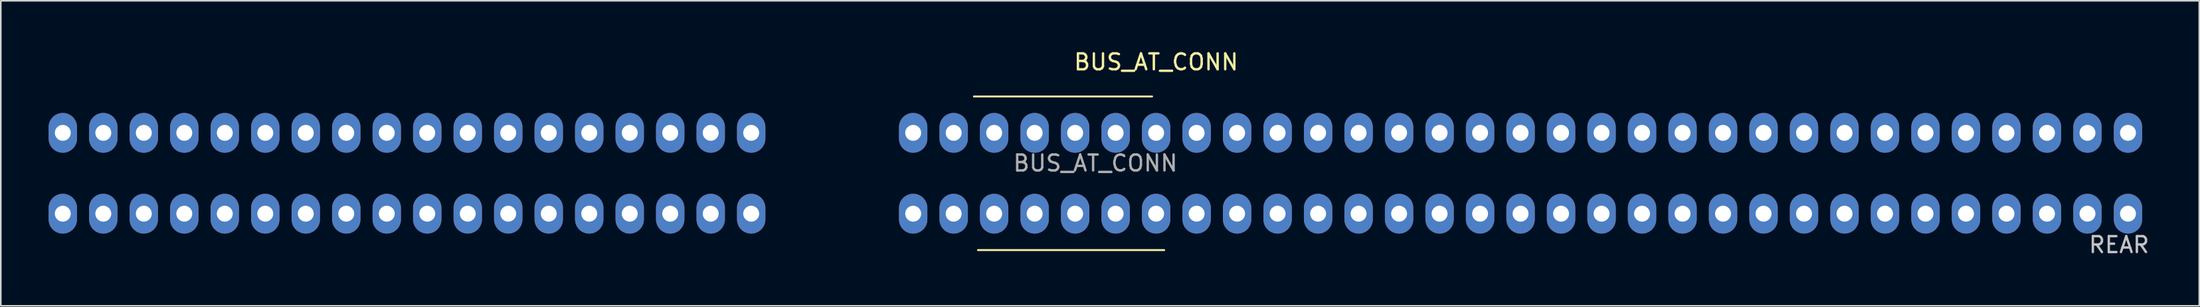
<source format=kicad_pcb>
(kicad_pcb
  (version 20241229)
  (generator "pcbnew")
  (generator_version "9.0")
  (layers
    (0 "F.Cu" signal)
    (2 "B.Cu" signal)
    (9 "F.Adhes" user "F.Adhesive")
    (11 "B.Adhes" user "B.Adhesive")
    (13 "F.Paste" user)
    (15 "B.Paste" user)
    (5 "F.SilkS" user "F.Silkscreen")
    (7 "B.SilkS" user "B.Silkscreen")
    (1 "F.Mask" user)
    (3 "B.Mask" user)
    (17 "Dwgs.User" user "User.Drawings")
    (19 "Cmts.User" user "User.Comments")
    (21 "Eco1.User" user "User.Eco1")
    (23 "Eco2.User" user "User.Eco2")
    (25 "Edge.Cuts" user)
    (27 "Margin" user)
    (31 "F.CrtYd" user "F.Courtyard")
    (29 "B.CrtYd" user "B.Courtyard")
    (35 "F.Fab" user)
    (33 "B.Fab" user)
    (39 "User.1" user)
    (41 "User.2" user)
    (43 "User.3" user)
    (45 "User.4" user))
  (footprint "BUS_AT_CONN"
    (layer "F.Cu")
    (at 130.43 7.838)
    (property "Reference" "BUS_AT_CONN" (at -60.96 -6.99 0) (layer "F.SilkS") (effects (font (size 1 1) (thickness 0.15))))
    (attr exclude_from_pos_files exclude_from_bom)
    (fp_line (start -72.39 -4.826) (end -61.214 -4.826) (stroke (width 0.12) (type default)) (layer "F.SilkS"))
    (fp_line (start -72.136 4.826) (end -60.452 4.826) (stroke (width 0.12) (type default)) (layer "F.SilkS"))
    (fp_text user "REAR" (at -2.54 5.08 0) (unlocked yes) (layer "Dwgs.User") (effects (font (size 1 1) (thickness 0.15)) (justify left bottom)))
    (fp_text user "${REFERENCE}" (at -64.77 -0.635 0) (layer "F.Fab") (effects (font (size 1 1) (thickness 0.15))))
    (pad "1" thru_hole oval (at 0 -2.54) (size 1.78 2.5) (drill 1) (layers "*.Cu" "*.Mask") (remove_unused_layers yes) (keep_end_layers yes) (zone_layer_connections))
    (pad "2" thru_hole oval (at -2.54 -2.54) (size 1.78 2.5) (drill 1) (layers "*.Cu" "*.Mask") (remove_unused_layers yes) (keep_end_layers yes) (zone_layer_connections))
    (pad "3" thru_hole oval (at -5.08 -2.54) (size 1.78 2.5) (drill 1) (layers "*.Cu" "*.Mask") (remove_unused_layers yes) (keep_end_layers yes) (zone_layer_connections))
    (pad "4" thru_hole oval (at -7.62 -2.54) (size 1.78 2.5) (drill 1) (layers "*.Cu" "*.Mask") (remove_unused_layers yes) (keep_end_layers yes) (zone_layer_connections))
    (pad "5" thru_hole oval (at -10.16 -2.54) (size 1.78 2.5) (drill 1) (layers "*.Cu" "*.Mask") (remove_unused_layers yes) (keep_end_layers yes) (zone_layer_connections))
    (pad "6" thru_hole oval (at -12.7 -2.54) (size 1.78 2.5) (drill 1) (layers "*.Cu" "*.Mask") (remove_unused_layers yes) (keep_end_layers yes) (zone_layer_connections))
    (pad "7" thru_hole oval (at -15.24 -2.54) (size 1.78 2.5) (drill 1) (layers "*.Cu" "*.Mask") (remove_unused_layers yes) (keep_end_layers yes) (zone_layer_connections))
    (pad "8" thru_hole oval (at -17.78 -2.54) (size 1.78 2.5) (drill 1) (layers "*.Cu" "*.Mask") (remove_unused_layers yes) (keep_end_layers yes) (zone_layer_connections))
    (pad "9" thru_hole oval (at -20.32 -2.54) (size 1.78 2.5) (drill 1) (layers "*.Cu" "*.Mask") (remove_unused_layers yes) (keep_end_layers yes) (zone_layer_connections))
    (pad "10" thru_hole oval (at -22.86 -2.54) (size 1.78 2.5) (drill 1) (layers "*.Cu" "*.Mask") (remove_unused_layers yes) (keep_end_layers yes) (zone_layer_connections))
    (pad "11" thru_hole oval (at -25.4 -2.54) (size 1.78 2.5) (drill 1) (layers "*.Cu" "*.Mask") (remove_unused_layers yes) (keep_end_layers yes) (zone_layer_connections))
    (pad "12" thru_hole oval (at -27.94 -2.54) (size 1.78 2.5) (drill 1) (layers "*.Cu" "*.Mask") (remove_unused_layers yes) (keep_end_layers yes) (zone_layer_connections))
    (pad "13" thru_hole oval (at -30.48 -2.54) (size 1.78 2.5) (drill 1) (layers "*.Cu" "*.Mask") (remove_unused_layers yes) (keep_end_layers yes) (zone_layer_connections))
    (pad "14" thru_hole oval (at -33.02 -2.54) (size 1.78 2.5) (drill 1) (layers "*.Cu" "*.Mask") (remove_unused_layers yes) (keep_end_layers yes) (zone_layer_connections))
    (pad "15" thru_hole oval (at -35.56 -2.54) (size 1.78 2.5) (drill 1) (layers "*.Cu" "*.Mask") (remove_unused_layers yes) (keep_end_layers yes) (zone_layer_connections))
    (pad "16" thru_hole oval (at -38.1 -2.54) (size 1.78 2.5) (drill 1) (layers "*.Cu" "*.Mask") (remove_unused_layers yes) (keep_end_layers yes) (zone_layer_connections))
    (pad "17" thru_hole oval (at -40.64 -2.54) (size 1.78 2.5) (drill 1) (layers "*.Cu" "*.Mask") (remove_unused_layers yes) (keep_end_layers yes) (zone_layer_connections))
    (pad "18" thru_hole oval (at -43.18 -2.54) (size 1.78 2.5) (drill 1) (layers "*.Cu" "*.Mask") (remove_unused_layers yes) (keep_end_layers yes) (zone_layer_connections))
    (pad "19" thru_hole oval (at -45.72 -2.54) (size 1.78 2.5) (drill 1) (layers "*.Cu" "*.Mask") (remove_unused_layers yes) (keep_end_layers yes) (zone_layer_connections))
    (pad "20" thru_hole oval (at -48.26 -2.54) (size 1.78 2.5) (drill 1) (layers "*.Cu" "*.Mask") (remove_unused_layers yes) (keep_end_layers yes) (zone_layer_connections))
    (pad "21" thru_hole oval (at -50.8 -2.54) (size 1.78 2.5) (drill 1) (layers "*.Cu" "*.Mask") (remove_unused_layers yes) (keep_end_layers yes) (zone_layer_connections))
    (pad "22" thru_hole oval (at -53.34 -2.54) (size 1.78 2.5) (drill 1) (layers "*.Cu" "*.Mask") (remove_unused_layers yes) (keep_end_layers yes) (zone_layer_connections))
    (pad "23" thru_hole oval (at -55.88 -2.54) (size 1.78 2.5) (drill 1) (layers "*.Cu" "*.Mask") (remove_unused_layers yes) (keep_end_layers yes) (zone_layer_connections))
    (pad "24" thru_hole oval (at -58.42 -2.54) (size 1.78 2.5) (drill 1) (layers "*.Cu" "*.Mask") (remove_unused_layers yes) (keep_end_layers yes) (zone_layer_connections))
    (pad "25" thru_hole oval (at -60.96 -2.54) (size 1.78 2.5) (drill 1) (layers "*.Cu" "*.Mask") (remove_unused_layers yes) (keep_end_layers yes) (zone_layer_connections))
    (pad "26" thru_hole oval (at -63.5 -2.54) (size 1.78 2.5) (drill 1) (layers "*.Cu" "*.Mask") (remove_unused_layers yes) (keep_end_layers yes) (zone_layer_connections))
    (pad "27" thru_hole oval (at -66.04 -2.54) (size 1.78 2.5) (drill 1) (layers "*.Cu" "*.Mask") (remove_unused_layers yes) (keep_end_layers yes) (zone_layer_connections))
    (pad "28" thru_hole oval (at -68.58 -2.54) (size 1.78 2.5) (drill 1) (layers "*.Cu" "*.Mask") (remove_unused_layers yes) (keep_end_layers yes) (zone_layer_connections))
    (pad "29" thru_hole oval (at -71.12 -2.54) (size 1.78 2.5) (drill 1) (layers "*.Cu" "*.Mask") (remove_unused_layers yes) (keep_end_layers yes) (zone_layer_connections))
    (pad "30" thru_hole oval (at -73.66 -2.54) (size 1.78 2.5) (drill 1) (layers "*.Cu" "*.Mask") (remove_unused_layers yes) (keep_end_layers yes) (zone_layer_connections))
    (pad "31" thru_hole oval (at -76.2 -2.54) (size 1.78 2.5) (drill 1) (layers "*.Cu" "*.Mask") (remove_unused_layers yes) (keep_end_layers yes) (zone_layer_connections))
    (pad "32" thru_hole oval (at 0 2.54) (size 1.78 2.5) (drill 1) (layers "*.Cu" "*.Mask") (remove_unused_layers yes) (keep_end_layers yes) (zone_layer_connections))
    (pad "33" thru_hole oval (at -2.54 2.54) (size 1.78 2.5) (drill 1) (layers "*.Cu" "*.Mask") (remove_unused_layers yes) (keep_end_layers yes) (zone_layer_connections))
    (pad "34" thru_hole oval (at -5.08 2.54) (size 1.78 2.5) (drill 1) (layers "*.Cu" "*.Mask") (remove_unused_layers yes) (keep_end_layers yes) (zone_layer_connections))
    (pad "35" thru_hole oval (at -7.62 2.54) (size 1.78 2.5) (drill 1) (layers "*.Cu" "*.Mask") (remove_unused_layers yes) (keep_end_layers yes) (zone_layer_connections))
    (pad "36" thru_hole oval (at -10.16 2.54) (size 1.78 2.5) (drill 1) (layers "*.Cu" "*.Mask") (remove_unused_layers yes) (keep_end_layers yes) (zone_layer_connections))
    (pad "37" thru_hole oval (at -12.7 2.54) (size 1.78 2.5) (drill 1) (layers "*.Cu" "*.Mask") (remove_unused_layers yes) (keep_end_layers yes) (zone_layer_connections))
    (pad "38" thru_hole oval (at -15.24 2.54) (size 1.78 2.5) (drill 1) (layers "*.Cu" "*.Mask") (remove_unused_layers yes) (keep_end_layers yes) (zone_layer_connections))
    (pad "39" thru_hole oval (at -17.78 2.54) (size 1.78 2.5) (drill 1) (layers "*.Cu" "*.Mask") (remove_unused_layers yes) (keep_end_layers yes) (zone_layer_connections))
    (pad "40" thru_hole oval (at -20.32 2.54) (size 1.78 2.5) (drill 1) (layers "*.Cu" "*.Mask") (remove_unused_layers yes) (keep_end_layers yes) (zone_layer_connections))
    (pad "41" thru_hole oval (at -22.86 2.54) (size 1.78 2.5) (drill 1) (layers "*.Cu" "*.Mask") (remove_unused_layers yes) (keep_end_layers yes) (zone_layer_connections))
    (pad "42" thru_hole oval (at -25.4 2.54) (size 1.78 2.5) (drill 1) (layers "*.Cu" "*.Mask") (remove_unused_layers yes) (keep_end_layers yes) (zone_layer_connections))
    (pad "43" thru_hole oval (at -27.94 2.54) (size 1.78 2.5) (drill 1) (layers "*.Cu" "*.Mask") (remove_unused_layers yes) (keep_end_layers yes) (zone_layer_connections))
    (pad "44" thru_hole oval (at -30.48 2.54) (size 1.78 2.5) (drill 1) (layers "*.Cu" "*.Mask") (remove_unused_layers yes) (keep_end_layers yes) (zone_layer_connections))
    (pad "45" thru_hole oval (at -33.02 2.54) (size 1.78 2.5) (drill 1) (layers "*.Cu" "*.Mask") (remove_unused_layers yes) (keep_end_layers yes) (zone_layer_connections))
    (pad "46" thru_hole oval (at -35.56 2.54) (size 1.78 2.5) (drill 1) (layers "*.Cu" "*.Mask") (remove_unused_layers yes) (keep_end_layers yes) (zone_layer_connections))
    (pad "47" thru_hole oval (at -38.1 2.54) (size 1.78 2.5) (drill 1) (layers "*.Cu" "*.Mask") (remove_unused_layers yes) (keep_end_layers yes) (zone_layer_connections))
    (pad "48" thru_hole oval (at -40.64 2.54) (size 1.78 2.5) (drill 1) (layers "*.Cu" "*.Mask") (remove_unused_layers yes) (keep_end_layers yes) (zone_layer_connections))
    (pad "49" thru_hole oval (at -43.18 2.54) (size 1.78 2.5) (drill 1) (layers "*.Cu" "*.Mask") (remove_unused_layers yes) (keep_end_layers yes) (zone_layer_connections))
    (pad "50" thru_hole oval (at -45.72 2.54) (size 1.78 2.5) (drill 1) (layers "*.Cu" "*.Mask") (remove_unused_layers yes) (keep_end_layers yes) (zone_layer_connections))
    (pad "51" thru_hole oval (at -48.26 2.54) (size 1.78 2.5) (drill 1) (layers "*.Cu" "*.Mask") (remove_unused_layers yes) (keep_end_layers yes) (zone_layer_connections))
    (pad "52" thru_hole oval (at -50.8 2.54) (size 1.78 2.5) (drill 1) (layers "*.Cu" "*.Mask") (remove_unused_layers yes) (keep_end_layers yes) (zone_layer_connections))
    (pad "53" thru_hole oval (at -53.34 2.54) (size 1.78 2.5) (drill 1) (layers "*.Cu" "*.Mask") (remove_unused_layers yes) (keep_end_layers yes) (zone_layer_connections))
    (pad "54" thru_hole oval (at -55.88 2.54) (size 1.78 2.5) (drill 1) (layers "*.Cu" "*.Mask") (remove_unused_layers yes) (keep_end_layers yes) (zone_layer_connections))
    (pad "55" thru_hole oval (at -58.42 2.54) (size 1.78 2.5) (drill 1) (layers "*.Cu" "*.Mask") (remove_unused_layers yes) (keep_end_layers yes) (zone_layer_connections))
    (pad "56" thru_hole oval (at -60.96 2.54) (size 1.78 2.5) (drill 1) (layers "*.Cu" "*.Mask") (remove_unused_layers yes) (keep_end_layers yes) (zone_layer_connections))
    (pad "57" thru_hole oval (at -63.5 2.54) (size 1.78 2.5) (drill 1) (layers "*.Cu" "*.Mask") (remove_unused_layers yes) (keep_end_layers yes) (zone_layer_connections))
    (pad "58" thru_hole oval (at -66.04 2.54) (size 1.78 2.5) (drill 1) (layers "*.Cu" "*.Mask") (remove_unused_layers yes) (keep_end_layers yes) (zone_layer_connections))
    (pad "59" thru_hole oval (at -68.58 2.54) (size 1.78 2.5) (drill 1) (layers "*.Cu" "*.Mask") (remove_unused_layers yes) (keep_end_layers yes) (zone_layer_connections))
    (pad "60" thru_hole oval (at -71.12 2.54) (size 1.78 2.5) (drill 1) (layers "*.Cu" "*.Mask") (remove_unused_layers yes) (keep_end_layers yes) (zone_layer_connections))
    (pad "61" thru_hole oval (at -73.66 2.54) (size 1.78 2.5) (drill 1) (layers "*.Cu" "*.Mask") (remove_unused_layers yes) (keep_end_layers yes) (zone_layer_connections))
    (pad "62" thru_hole oval (at -76.2 2.54) (size 1.78 2.5) (drill 1) (layers "*.Cu" "*.Mask") (remove_unused_layers yes) (keep_end_layers yes) (zone_layer_connections))
    (pad "63" thru_hole oval (at -86.36 -2.54) (size 1.78 2.5) (drill 1) (layers "*.Cu" "*.Mask") (remove_unused_layers yes) (keep_end_layers yes) (zone_layer_connections))
    (pad "64" thru_hole oval (at -88.9 -2.54) (size 1.78 2.5) (drill 1) (layers "*.Cu" "*.Mask") (remove_unused_layers yes) (keep_end_layers yes) (zone_layer_connections))
    (pad "65" thru_hole oval (at -91.44 -2.54) (size 1.78 2.5) (drill 1) (layers "*.Cu" "*.Mask") (remove_unused_layers yes) (keep_end_layers yes) (zone_layer_connections))
    (pad "66" thru_hole oval (at -93.98 -2.54) (size 1.78 2.5) (drill 1) (layers "*.Cu" "*.Mask") (remove_unused_layers yes) (keep_end_layers yes) (zone_layer_connections))
    (pad "67" thru_hole oval (at -96.52 -2.54) (size 1.78 2.5) (drill 1) (layers "*.Cu" "*.Mask") (remove_unused_layers yes) (keep_end_layers yes) (zone_layer_connections))
    (pad "68" thru_hole oval (at -99.06 -2.54) (size 1.78 2.5) (drill 1) (layers "*.Cu" "*.Mask") (remove_unused_layers yes) (keep_end_layers yes) (zone_layer_connections))
    (pad "69" thru_hole oval (at -101.6 -2.54) (size 1.78 2.5) (drill 1) (layers "*.Cu" "*.Mask") (remove_unused_layers yes) (keep_end_layers yes) (zone_layer_connections))
    (pad "70" thru_hole oval (at -104.14 -2.54) (size 1.78 2.5) (drill 1) (layers "*.Cu" "*.Mask") (remove_unused_layers yes) (keep_end_layers yes) (zone_layer_connections))
    (pad "71" thru_hole oval (at -106.68 -2.54) (size 1.78 2.5) (drill 1) (layers "*.Cu" "*.Mask") (remove_unused_layers yes) (keep_end_layers yes) (zone_layer_connections))
    (pad "72" thru_hole oval (at -109.22 -2.54) (size 1.78 2.5) (drill 1) (layers "*.Cu" "*.Mask") (remove_unused_layers yes) (keep_end_layers yes) (zone_layer_connections))
    (pad "73" thru_hole oval (at -111.76 -2.54) (size 1.78 2.5) (drill 1) (layers "*.Cu" "*.Mask") (remove_unused_layers yes) (keep_end_layers yes) (zone_layer_connections))
    (pad "74" thru_hole oval (at -114.3 -2.54) (size 1.78 2.5) (drill 1) (layers "*.Cu" "*.Mask") (remove_unused_layers yes) (keep_end_layers yes) (zone_layer_connections))
    (pad "75" thru_hole oval (at -116.84 -2.54) (size 1.78 2.5) (drill 1) (layers "*.Cu" "*.Mask") (remove_unused_layers yes) (keep_end_layers yes) (zone_layer_connections))
    (pad "76" thru_hole oval (at -119.38 -2.54) (size 1.78 2.5) (drill 1) (layers "*.Cu" "*.Mask") (remove_unused_layers yes) (keep_end_layers yes) (zone_layer_connections))
    (pad "77" thru_hole oval (at -121.92 -2.54) (size 1.78 2.5) (drill 1) (layers "*.Cu" "*.Mask") (remove_unused_layers yes) (keep_end_layers yes) (zone_layer_connections))
    (pad "78" thru_hole oval (at -124.46 -2.54) (size 1.78 2.5) (drill 1) (layers "*.Cu" "*.Mask") (remove_unused_layers yes) (keep_end_layers yes) (zone_layer_connections))
    (pad "79" thru_hole oval (at -127 -2.54) (size 1.78 2.5) (drill 1) (layers "*.Cu" "*.Mask") (remove_unused_layers yes) (keep_end_layers yes) (zone_layer_connections))
    (pad "80" thru_hole oval (at -129.54 -2.54) (size 1.78 2.5) (drill 1) (layers "*.Cu" "*.Mask") (remove_unused_layers yes) (keep_end_layers yes) (zone_layer_connections))
    (pad "81" thru_hole oval (at -86.36 2.54) (size 1.78 2.5) (drill 1) (layers "*.Cu" "*.Mask") (remove_unused_layers yes) (keep_end_layers yes) (zone_layer_connections))
    (pad "82" thru_hole oval (at -88.9 2.54) (size 1.78 2.5) (drill 1) (layers "*.Cu" "*.Mask") (remove_unused_layers yes) (keep_end_layers yes) (zone_layer_connections))
    (pad "83" thru_hole oval (at -91.44 2.54) (size 1.78 2.5) (drill 1) (layers "*.Cu" "*.Mask") (remove_unused_layers yes) (keep_end_layers yes) (zone_layer_connections))
    (pad "84" thru_hole oval (at -93.98 2.54) (size 1.78 2.5) (drill 1) (layers "*.Cu" "*.Mask") (remove_unused_layers yes) (keep_end_layers yes) (zone_layer_connections))
    (pad "85" thru_hole oval (at -96.52 2.54) (size 1.78 2.5) (drill 1) (layers "*.Cu" "*.Mask") (remove_unused_layers yes) (keep_end_layers yes) (zone_layer_connections))
    (pad "86" thru_hole oval (at -99.06 2.54) (size 1.78 2.5) (drill 1) (layers "*.Cu" "*.Mask") (remove_unused_layers yes) (keep_end_layers yes) (zone_layer_connections))
    (pad "87" thru_hole oval (at -101.6 2.54) (size 1.78 2.5) (drill 1) (layers "*.Cu" "*.Mask") (remove_unused_layers yes) (keep_end_layers yes) (zone_layer_connections))
    (pad "88" thru_hole oval (at -104.14 2.54) (size 1.78 2.5) (drill 1) (layers "*.Cu" "*.Mask") (remove_unused_layers yes) (keep_end_layers yes) (zone_layer_connections))
    (pad "89" thru_hole oval (at -106.68 2.54) (size 1.78 2.5) (drill 1) (layers "*.Cu" "*.Mask") (remove_unused_layers yes) (keep_end_layers yes) (zone_layer_connections))
    (pad "90" thru_hole oval (at -109.22 2.54) (size 1.78 2.5) (drill 1) (layers "*.Cu" "*.Mask") (remove_unused_layers yes) (keep_end_layers yes) (zone_layer_connections))
    (pad "91" thru_hole oval (at -111.76 2.54) (size 1.78 2.5) (drill 1) (layers "*.Cu" "*.Mask") (remove_unused_layers yes) (keep_end_layers yes) (zone_layer_connections))
    (pad "92" thru_hole oval (at -114.3 2.54) (size 1.78 2.5) (drill 1) (layers "*.Cu" "*.Mask") (remove_unused_layers yes) (keep_end_layers yes) (zone_layer_connections))
    (pad "93" thru_hole oval (at -116.84 2.54) (size 1.78 2.5) (drill 1) (layers "*.Cu" "*.Mask") (remove_unused_layers yes) (keep_end_layers yes) (zone_layer_connections))
    (pad "94" thru_hole oval (at -119.38 2.54) (size 1.78 2.5) (drill 1) (layers "*.Cu" "*.Mask") (remove_unused_layers yes) (keep_end_layers yes) (zone_layer_connections))
    (pad "95" thru_hole oval (at -121.92 2.54) (size 1.78 2.5) (drill 1) (layers "*.Cu" "*.Mask") (remove_unused_layers yes) (keep_end_layers yes) (zone_layer_connections))
    (pad "96" thru_hole oval (at -124.46 2.54) (size 1.78 2.5) (drill 1) (layers "*.Cu" "*.Mask") (remove_unused_layers yes) (keep_end_layers yes) (zone_layer_connections))
    (pad "97" thru_hole oval (at -127 2.54) (size 1.78 2.5) (drill 1) (layers "*.Cu" "*.Mask") (remove_unused_layers yes) (keep_end_layers yes) (zone_layer_connections))
    (pad "98" thru_hole oval (at -129.54 2.54) (size 1.78 2.5) (drill 1) (layers "*.Cu" "*.Mask") (remove_unused_layers yes) (keep_end_layers yes) (zone_layer_connections)))
  (gr_rect
    (start -3 -3)
    (end 134.902 16.165)
    (stroke (width 0.1) (type default))
    (fill no)
    (layer "Edge.Cuts")))
</source>
